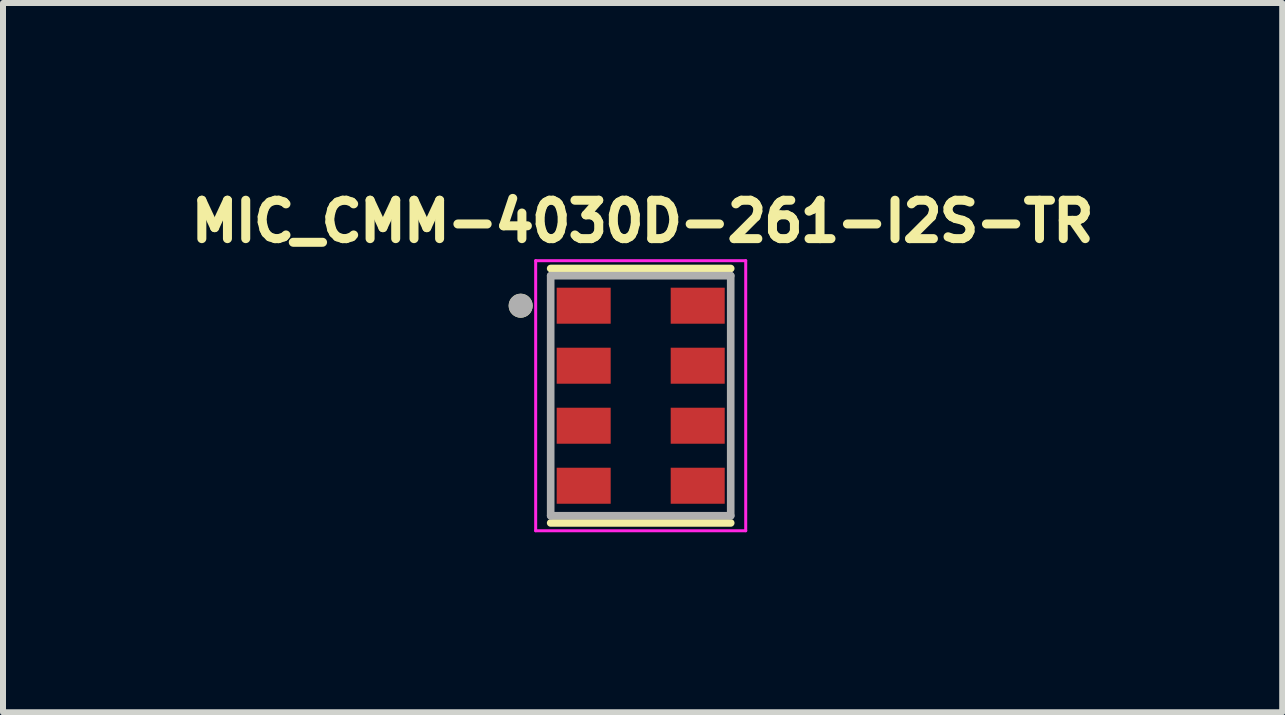
<source format=kicad_pcb>
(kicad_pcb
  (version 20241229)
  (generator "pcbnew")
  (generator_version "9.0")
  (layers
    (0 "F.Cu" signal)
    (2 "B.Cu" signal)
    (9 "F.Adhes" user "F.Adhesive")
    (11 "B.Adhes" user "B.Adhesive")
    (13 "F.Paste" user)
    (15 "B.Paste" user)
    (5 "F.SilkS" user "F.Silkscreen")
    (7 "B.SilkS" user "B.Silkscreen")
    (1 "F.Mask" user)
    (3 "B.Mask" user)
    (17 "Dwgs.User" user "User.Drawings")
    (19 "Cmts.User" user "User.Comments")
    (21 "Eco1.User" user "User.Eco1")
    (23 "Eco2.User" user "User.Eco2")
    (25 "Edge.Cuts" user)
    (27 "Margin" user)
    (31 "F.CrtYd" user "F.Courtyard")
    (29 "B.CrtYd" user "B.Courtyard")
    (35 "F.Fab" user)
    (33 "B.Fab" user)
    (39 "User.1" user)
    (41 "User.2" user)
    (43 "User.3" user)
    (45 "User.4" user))
  (footprint "MIC_CMM-4030D-261-I2S-TR"
    (layer "F.Cu")
    (at 7.626 3.544)
    (property "Reference" "MIC_CMM-4030D-261-I2S-TR" (at 0.032 -2.906 0) (layer "F.SilkS") (effects (font (size 0.64 0.64) (thickness 0.15))))
    (attr through_hole)
    (fp_line (start -1.5 2.12) (end 1.5 2.12) (stroke (width 0.127) (type solid)) (layer "F.SilkS"))
    (fp_line (start 1.5 -2.12) (end -1.5 -2.12) (stroke (width 0.127) (type solid)) (layer "F.SilkS"))
    (fp_circle (center -2 -1.5) (end -1.9 -1.5) (stroke (width 0.2) (type solid)) (fill no) (layer "F.SilkS"))
    (fp_line (start -1.75 -2.25) (end -1.75 2.25) (stroke (width 0.05) (type solid)) (layer "F.CrtYd"))
    (fp_line (start -1.75 2.25) (end 1.75 2.25) (stroke (width 0.05) (type solid)) (layer "F.CrtYd"))
    (fp_line (start 1.75 -2.25) (end -1.75 -2.25) (stroke (width 0.05) (type solid)) (layer "F.CrtYd"))
    (fp_line (start 1.75 2.25) (end 1.75 -2.25) (stroke (width 0.05) (type solid)) (layer "F.CrtYd"))
    (fp_line (start -1.5 -2) (end -1.5 2) (stroke (width 0.127) (type solid)) (layer "F.Fab"))
    (fp_line (start -1.5 2) (end 1.5 2) (stroke (width 0.127) (type solid)) (layer "F.Fab"))
    (fp_line (start 1.5 -2) (end -1.5 -2) (stroke (width 0.127) (type solid)) (layer "F.Fab"))
    (fp_line (start 1.5 2) (end 1.5 -2) (stroke (width 0.127) (type solid)) (layer "F.Fab"))
    (fp_circle (center -2 -1.5) (end -1.9 -1.5) (stroke (width 0.2) (type solid)) (fill no) (layer "F.Fab"))
    (pad "1" smd rect (at -0.95 -1.5) (size 0.9 0.6) (layers "F.Cu" "F.Mask" "F.Paste"))
    (pad "2" smd rect (at -0.95 -0.5) (size 0.9 0.6) (layers "F.Cu" "F.Mask" "F.Paste"))
    (pad "3" smd rect (at -0.95 0.5) (size 0.9 0.6) (layers "F.Cu" "F.Mask" "F.Paste"))
    (pad "4" smd rect (at -0.95 1.5) (size 0.9 0.6) (layers "F.Cu" "F.Mask" "F.Paste"))
    (pad "5" smd rect (at 0.95 1.5) (size 0.9 0.6) (layers "F.Cu" "F.Mask" "F.Paste"))
    (pad "6" smd rect (at 0.95 0.5) (size 0.9 0.6) (layers "F.Cu" "F.Mask" "F.Paste"))
    (pad "7" smd rect (at 0.95 -0.5) (size 0.9 0.6) (layers "F.Cu" "F.Mask" "F.Paste"))
    (pad "8" smd rect (at 0.95 -1.5) (size 0.9 0.6) (layers "F.Cu" "F.Mask" "F.Paste")))
  (gr_rect
    (start -3 -3)
    (end 18.316 8.819)
    (stroke (width 0.1) (type default))
    (fill no)
    (layer "Edge.Cuts")))
</source>
